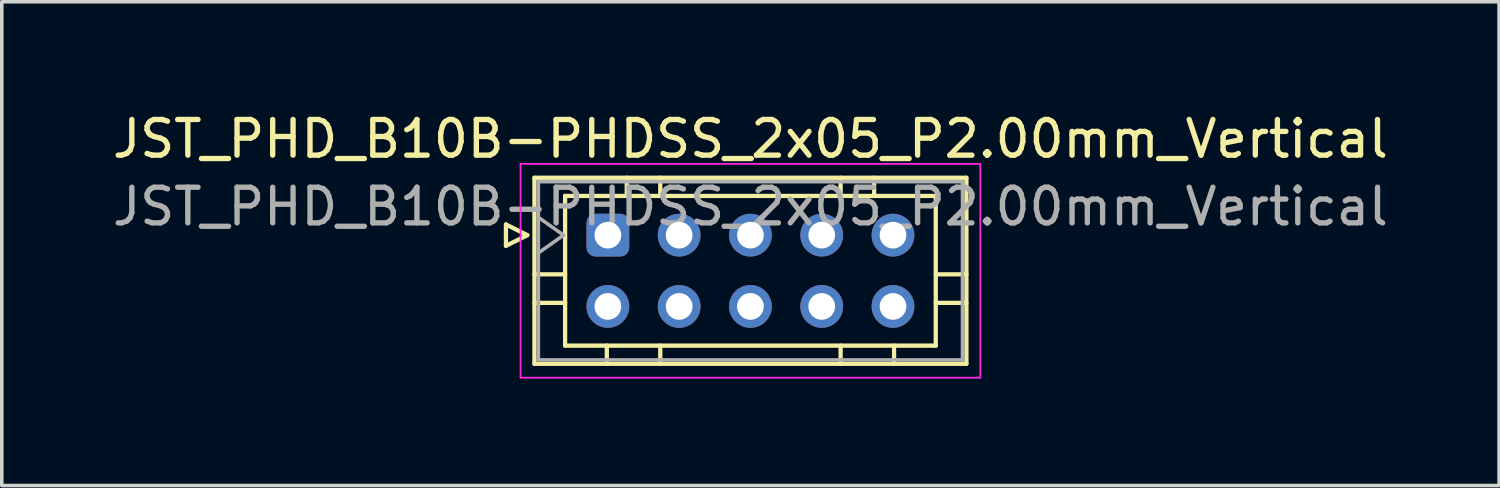
<source format=kicad_pcb>
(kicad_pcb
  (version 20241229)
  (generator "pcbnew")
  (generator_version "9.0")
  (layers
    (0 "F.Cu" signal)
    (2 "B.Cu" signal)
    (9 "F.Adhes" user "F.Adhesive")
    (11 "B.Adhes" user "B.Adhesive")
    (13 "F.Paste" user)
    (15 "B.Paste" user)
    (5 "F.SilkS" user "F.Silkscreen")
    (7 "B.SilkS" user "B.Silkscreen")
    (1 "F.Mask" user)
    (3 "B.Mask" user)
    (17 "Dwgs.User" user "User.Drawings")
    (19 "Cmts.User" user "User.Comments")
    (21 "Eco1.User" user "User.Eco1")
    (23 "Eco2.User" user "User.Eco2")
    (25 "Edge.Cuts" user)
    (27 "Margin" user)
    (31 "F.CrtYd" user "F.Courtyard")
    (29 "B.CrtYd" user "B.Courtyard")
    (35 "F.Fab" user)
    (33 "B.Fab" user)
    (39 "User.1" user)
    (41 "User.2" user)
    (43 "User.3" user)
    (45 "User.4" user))
  (footprint "JST_PHD_B10B-PHDSS_2x05_P2.00mm_Vertical"
    (layer "F.Cu")
    (at 14.006 3.548)
    (property "Reference" "JST_PHD_B10B-PHDSS_2x05_P2.00mm_Vertical" (at 4 -2.7 0) (layer "F.SilkS") (effects (font (size 1 1) (thickness 0.15))))
    (attr through_hole)
    (fp_line (start -2.86 -0.3) (end -2.26 0) (stroke (width 0.12) (type solid)) (layer "F.SilkS"))
    (fp_line (start -2.86 0.3) (end -2.86 -0.3) (stroke (width 0.12) (type solid)) (layer "F.SilkS"))
    (fp_line (start -2.26 0) (end -2.86 0.3) (stroke (width 0.12) (type solid)) (layer "F.SilkS"))
    (fp_line (start -2.06 -1.61) (end -2.06 3.61) (stroke (width 0.12) (type solid)) (layer "F.SilkS"))
    (fp_line (start -2.06 1.1) (end -1.2 1.1) (stroke (width 0.12) (type solid)) (layer "F.SilkS"))
    (fp_line (start -2.06 1.9) (end -1.2 1.9) (stroke (width 0.12) (type solid)) (layer "F.SilkS"))
    (fp_line (start -2.06 3.61) (end 10.06 3.61) (stroke (width 0.12) (type solid)) (layer "F.SilkS"))
    (fp_line (start -1.2 -1.1) (end -1.2 3.1) (stroke (width 0.12) (type solid)) (layer "F.SilkS"))
    (fp_line (start -1.2 3.1) (end 9.2 3.1) (stroke (width 0.12) (type solid)) (layer "F.SilkS"))
    (fp_line (start -0.03 3.61) (end -0.03 3.1) (stroke (width 0.12) (type solid)) (layer "F.SilkS"))
    (fp_line (start 0.53 -1.61) (end 0.53 -1.1) (stroke (width 0.12) (type solid)) (layer "F.SilkS"))
    (fp_line (start 1.47 -1.61) (end 1.47 -1.1) (stroke (width 0.12) (type solid)) (layer "F.SilkS"))
    (fp_line (start 1.47 3.61) (end 1.47 3.1) (stroke (width 0.12) (type solid)) (layer "F.SilkS"))
    (fp_line (start 6.53 -1.61) (end 6.53 -1.1) (stroke (width 0.12) (type solid)) (layer "F.SilkS"))
    (fp_line (start 6.53 3.61) (end 6.53 3.1) (stroke (width 0.12) (type solid)) (layer "F.SilkS"))
    (fp_line (start 7.47 -1.61) (end 7.47 -1.1) (stroke (width 0.12) (type solid)) (layer "F.SilkS"))
    (fp_line (start 8.03 3.61) (end 8.03 3.1) (stroke (width 0.12) (type solid)) (layer "F.SilkS"))
    (fp_line (start 9.2 -1.1) (end -1.2 -1.1) (stroke (width 0.12) (type solid)) (layer "F.SilkS"))
    (fp_line (start 9.2 3.1) (end 9.2 -1.1) (stroke (width 0.12) (type solid)) (layer "F.SilkS"))
    (fp_line (start 10.06 -1.61) (end -2.06 -1.61) (stroke (width 0.12) (type solid)) (layer "F.SilkS"))
    (fp_line (start 10.06 1.1) (end 9.2 1.1) (stroke (width 0.12) (type solid)) (layer "F.SilkS"))
    (fp_line (start 10.06 1.9) (end 9.2 1.9) (stroke (width 0.12) (type solid)) (layer "F.SilkS"))
    (fp_line (start 10.06 3.61) (end 10.06 -1.61) (stroke (width 0.12) (type solid)) (layer "F.SilkS"))
    (fp_line (start -2.45 -2) (end -2.45 4) (stroke (width 0.05) (type solid)) (layer "F.CrtYd"))
    (fp_line (start -2.45 4) (end 10.45 4) (stroke (width 0.05) (type solid)) (layer "F.CrtYd"))
    (fp_line (start 10.45 -2) (end -2.45 -2) (stroke (width 0.05) (type solid)) (layer "F.CrtYd"))
    (fp_line (start 10.45 4) (end 10.45 -2) (stroke (width 0.05) (type solid)) (layer "F.CrtYd"))
    (fp_line (start -1.95 -1.5) (end -1.95 3.5) (stroke (width 0.1) (type solid)) (layer "F.Fab"))
    (fp_line (start -1.95 0.5) (end -1.243 0) (stroke (width 0.1) (type solid)) (layer "F.Fab"))
    (fp_line (start -1.95 3.5) (end 9.95 3.5) (stroke (width 0.1) (type solid)) (layer "F.Fab"))
    (fp_line (start -1.243 0) (end -1.95 -0.5) (stroke (width 0.1) (type solid)) (layer "F.Fab"))
    (fp_line (start 9.95 -1.5) (end -1.95 -1.5) (stroke (width 0.1) (type solid)) (layer "F.Fab"))
    (fp_line (start 9.95 3.5) (end 9.95 -1.5) (stroke (width 0.1) (type solid)) (layer "F.Fab"))
    (fp_text user "${REFERENCE}" (at 4 -0.8 0) (layer "F.Fab") (effects (font (size 1 1) (thickness 0.15))))
    (pad "1" thru_hole roundrect (at 0 0) (size 1.2 1.2) (drill 0.75) (layers "*.Cu" "*.Mask") (roundrect_rratio 0.208))
    (pad "2" thru_hole circle (at 0 2) (size 1.2 1.2) (drill 0.75) (layers "*.Cu" "*.Mask"))
    (pad "3" thru_hole circle (at 2 0) (size 1.2 1.2) (drill 0.75) (layers "*.Cu" "*.Mask"))
    (pad "4" thru_hole circle (at 2 2) (size 1.2 1.2) (drill 0.75) (layers "*.Cu" "*.Mask"))
    (pad "5" thru_hole circle (at 4 0) (size 1.2 1.2) (drill 0.75) (layers "*.Cu" "*.Mask"))
    (pad "6" thru_hole circle (at 4 2) (size 1.2 1.2) (drill 0.75) (layers "*.Cu" "*.Mask"))
    (pad "7" thru_hole circle (at 6 0) (size 1.2 1.2) (drill 0.75) (layers "*.Cu" "*.Mask"))
    (pad "8" thru_hole circle (at 6 2) (size 1.2 1.2) (drill 0.75) (layers "*.Cu" "*.Mask"))
    (pad "9" thru_hole circle (at 8 0) (size 1.2 1.2) (drill 0.75) (layers "*.Cu" "*.Mask"))
    (pad "10" thru_hole circle (at 8 2) (size 1.2 1.2) (drill 0.75) (layers "*.Cu" "*.Mask")))
  (gr_rect
    (start -3 -3)
    (end 39.012 10.573)
    (stroke (width 0.1) (type default))
    (fill no)
    (layer "Edge.Cuts")))
</source>
